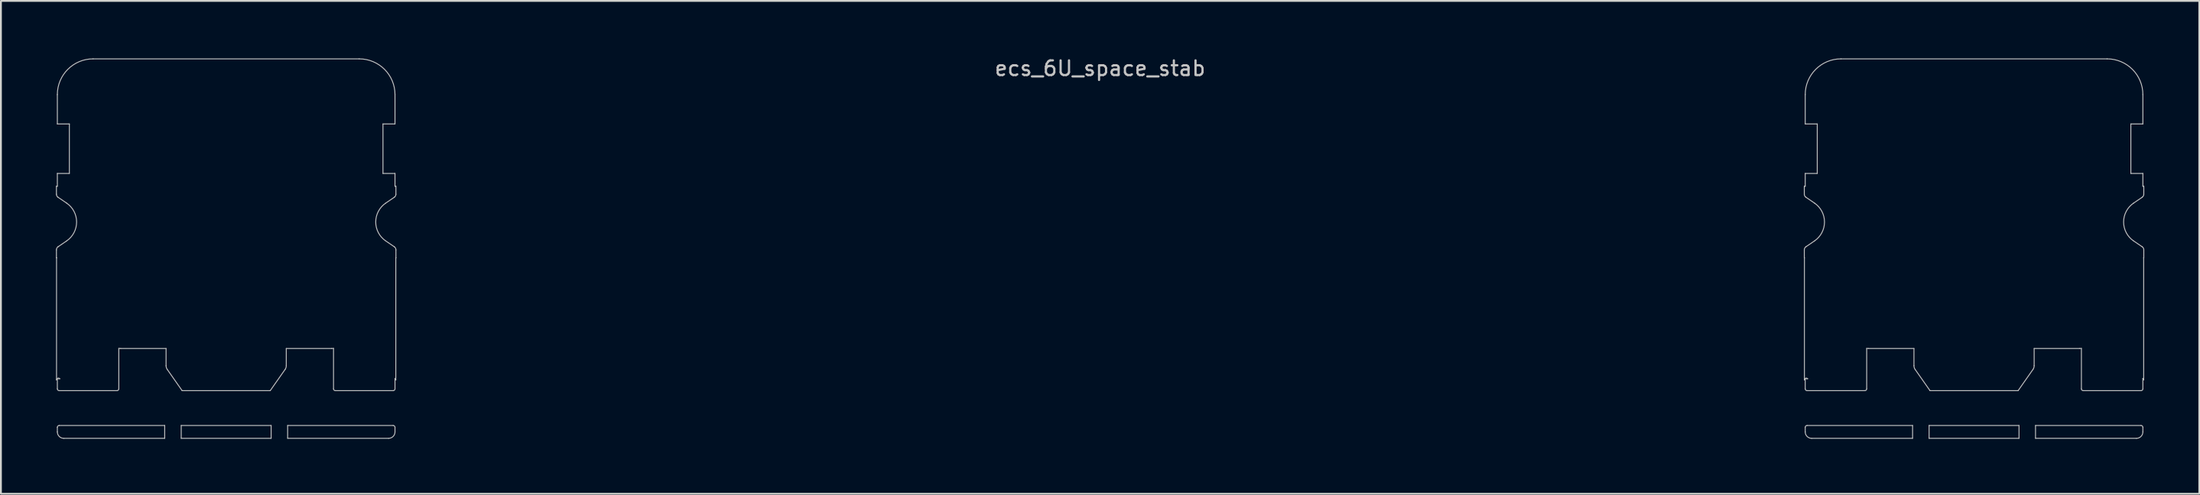
<source format=kicad_pcb>
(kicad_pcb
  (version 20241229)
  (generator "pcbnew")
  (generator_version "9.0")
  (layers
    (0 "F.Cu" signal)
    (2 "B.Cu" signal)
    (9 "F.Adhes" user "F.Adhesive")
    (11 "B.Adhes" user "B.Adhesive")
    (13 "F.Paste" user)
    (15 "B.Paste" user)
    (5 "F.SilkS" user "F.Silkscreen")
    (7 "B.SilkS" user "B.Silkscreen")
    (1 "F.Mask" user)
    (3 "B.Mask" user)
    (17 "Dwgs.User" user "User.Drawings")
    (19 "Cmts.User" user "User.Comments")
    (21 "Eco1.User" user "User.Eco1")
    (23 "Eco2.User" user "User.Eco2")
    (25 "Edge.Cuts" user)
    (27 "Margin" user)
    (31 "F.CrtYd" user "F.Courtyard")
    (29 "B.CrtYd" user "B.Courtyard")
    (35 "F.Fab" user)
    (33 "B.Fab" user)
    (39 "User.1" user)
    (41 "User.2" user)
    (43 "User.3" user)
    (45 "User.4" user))
  (footprint "ecs_6U_space_stab"
    (layer "F.Cu")
    (at 56.9 9.061)
    (property "Reference" "ecs_6U_space_stab" (at 0 -8.382 0) (layer "Dwgs.User") (effects (font (size 0.8 0.8) (thickness 0.12))))
    (attr smd)
    (fp_line (start -56.875 -1.95) (end -56.825 -1.95) (stroke (width 0.05) (type solid)) (layer "Dwgs.User"))
    (fp_line (start -56.875 -1.516) (end -56.875 -1.95) (stroke (width 0.05) (type solid)) (layer "Dwgs.User"))
    (fp_line (start -56.875 1.95) (end -56.875 1.516) (stroke (width 0.05) (type solid)) (layer "Dwgs.User"))
    (fp_line (start -56.869 1.95) (end -56.875 1.95) (stroke (width 0.05) (type solid)) (layer "Dwgs.User"))
    (fp_line (start -56.869 8.616) (end -56.869 1.95) (stroke (width 0.05) (type solid)) (layer "Dwgs.User"))
    (fp_line (start -56.825 -5.35) (end -56.825 -6.95) (stroke (width 0.05) (type solid)) (layer "Dwgs.User"))
    (fp_line (start -56.825 -2.65) (end -56.17 -2.65) (stroke (width 0.05) (type solid)) (layer "Dwgs.User"))
    (fp_line (start -56.825 -1.95) (end -56.825 -2.65) (stroke (width 0.05) (type solid)) (layer "Dwgs.User"))
    (fp_line (start -56.825 8.55) (end -56.694 8.55) (stroke (width 0.05) (type solid)) (layer "Dwgs.User"))
    (fp_line (start -56.825 9.1) (end -56.825 8.55) (stroke (width 0.05) (type solid)) (layer "Dwgs.User"))
    (fp_line (start -56.825 11.45) (end -56.825 11.2) (stroke (width 0.05) (type solid)) (layer "Dwgs.User"))
    (fp_line (start -56.788 1.351) (end -56.321 1.033) (stroke (width 0.05) (type solid)) (layer "Dwgs.User"))
    (fp_line (start -56.725 11.1) (end -50.975 11.1) (stroke (width 0.05) (type solid)) (layer "Dwgs.User"))
    (fp_line (start -56.321 -1.033) (end -56.788 -1.351) (stroke (width 0.05) (type solid)) (layer "Dwgs.User"))
    (fp_line (start -56.17 -5.35) (end -56.825 -5.35) (stroke (width 0.05) (type solid)) (layer "Dwgs.User"))
    (fp_line (start -56.17 -2.65) (end -56.17 -5.35) (stroke (width 0.05) (type solid)) (layer "Dwgs.User"))
    (fp_line (start -54.875 -8.9) (end -40.375 -8.9) (stroke (width 0.05) (type solid)) (layer "Dwgs.User"))
    (fp_line (start -53.575 9.2) (end -56.725 9.2) (stroke (width 0.05) (type solid)) (layer "Dwgs.User"))
    (fp_line (start -53.475 6.895) (end -53.475 9.1) (stroke (width 0.05) (type solid)) (layer "Dwgs.User"))
    (fp_line (start -50.975 11.1) (end -50.975 11.8) (stroke (width 0.05) (type solid)) (layer "Dwgs.User"))
    (fp_line (start -50.975 11.8) (end -56.475 11.8) (stroke (width 0.05) (type solid)) (layer "Dwgs.User"))
    (fp_line (start -50.9 6.9) (end -53.375 6.9) (stroke (width 0.05) (type solid)) (layer "Dwgs.User"))
    (fp_line (start -50.9 7.84) (end -50.9 6.9) (stroke (width 0.05) (type solid)) (layer "Dwgs.User"))
    (fp_line (start -50.075 11.1) (end -45.175 11.1) (stroke (width 0.05) (type solid)) (layer "Dwgs.User"))
    (fp_line (start -50.075 11.8) (end -50.075 11.1) (stroke (width 0.05) (type solid)) (layer "Dwgs.User"))
    (fp_line (start -50.025 9.2) (end -50.837 8.041) (stroke (width 0.05) (type solid)) (layer "Dwgs.User"))
    (fp_line (start -45.225 9.2) (end -50.025 9.2) (stroke (width 0.05) (type solid)) (layer "Dwgs.User"))
    (fp_line (start -45.175 11.1) (end -45.175 11.8) (stroke (width 0.05) (type solid)) (layer "Dwgs.User"))
    (fp_line (start -45.175 11.8) (end -50.075 11.8) (stroke (width 0.05) (type solid)) (layer "Dwgs.User"))
    (fp_line (start -44.413 8.041) (end -45.225 9.2) (stroke (width 0.05) (type solid)) (layer "Dwgs.User"))
    (fp_line (start -44.35 6.9) (end -44.35 7.84) (stroke (width 0.05) (type solid)) (layer "Dwgs.User"))
    (fp_line (start -44.275 11.1) (end -38.525 11.1) (stroke (width 0.05) (type solid)) (layer "Dwgs.User"))
    (fp_line (start -44.275 11.8) (end -44.275 11.1) (stroke (width 0.05) (type solid)) (layer "Dwgs.User"))
    (fp_line (start -41.875 6.9) (end -44.35 6.9) (stroke (width 0.05) (type solid)) (layer "Dwgs.User"))
    (fp_line (start -41.775 9.1) (end -41.775 6.895) (stroke (width 0.05) (type solid)) (layer "Dwgs.User"))
    (fp_line (start -39.08 -5.35) (end -39.08 -2.65) (stroke (width 0.05) (type solid)) (layer "Dwgs.User"))
    (fp_line (start -39.08 -2.65) (end -38.425 -2.65) (stroke (width 0.05) (type solid)) (layer "Dwgs.User"))
    (fp_line (start -38.929 1.033) (end -38.462 1.351) (stroke (width 0.05) (type solid)) (layer "Dwgs.User"))
    (fp_line (start -38.775 11.8) (end -44.275 11.8) (stroke (width 0.05) (type solid)) (layer "Dwgs.User"))
    (fp_line (start -38.525 9.2) (end -41.675 9.2) (stroke (width 0.05) (type solid)) (layer "Dwgs.User"))
    (fp_line (start -38.462 -1.351) (end -38.929 -1.033) (stroke (width 0.05) (type solid)) (layer "Dwgs.User"))
    (fp_line (start -38.425 8.534) (end -38.425 9.1) (stroke (width 0.05) (type solid)) (layer "Dwgs.User"))
    (fp_line (start -38.425 -6.95) (end -38.425 -5.35) (stroke (width 0.05) (type solid)) (layer "Dwgs.User"))
    (fp_line (start -38.425 -5.35) (end -39.08 -5.35) (stroke (width 0.05) (type solid)) (layer "Dwgs.User"))
    (fp_line (start -38.425 -2.65) (end -38.425 -1.95) (stroke (width 0.05) (type solid)) (layer "Dwgs.User"))
    (fp_line (start -38.425 -1.95) (end -38.375 -1.95) (stroke (width 0.05) (type solid)) (layer "Dwgs.User"))
    (fp_line (start -38.425 11.2) (end -38.425 11.45) (stroke (width 0.05) (type solid)) (layer "Dwgs.User"))
    (fp_line (start -38.381 1.95) (end -38.381 8.616) (stroke (width 0.05) (type solid)) (layer "Dwgs.User"))
    (fp_line (start -38.375 -1.95) (end -38.375 -1.516) (stroke (width 0.05) (type solid)) (layer "Dwgs.User"))
    (fp_line (start -38.375 1.516) (end -38.375 1.95) (stroke (width 0.05) (type solid)) (layer "Dwgs.User"))
    (fp_line (start -38.375 1.95) (end -38.381 1.95) (stroke (width 0.05) (type solid)) (layer "Dwgs.User"))
    (fp_line (start 38.375 -1.95) (end 38.425 -1.95) (stroke (width 0.05) (type solid)) (layer "Dwgs.User"))
    (fp_line (start 38.375 -1.516) (end 38.375 -1.95) (stroke (width 0.05) (type solid)) (layer "Dwgs.User"))
    (fp_line (start 38.375 1.95) (end 38.375 1.516) (stroke (width 0.05) (type solid)) (layer "Dwgs.User"))
    (fp_line (start 38.381 1.95) (end 38.375 1.95) (stroke (width 0.05) (type solid)) (layer "Dwgs.User"))
    (fp_line (start 38.381 8.616) (end 38.381 1.95) (stroke (width 0.05) (type solid)) (layer "Dwgs.User"))
    (fp_line (start 38.425 -5.35) (end 38.425 -6.95) (stroke (width 0.05) (type solid)) (layer "Dwgs.User"))
    (fp_line (start 38.425 -2.65) (end 39.08 -2.65) (stroke (width 0.05) (type solid)) (layer "Dwgs.User"))
    (fp_line (start 38.425 -1.95) (end 38.425 -2.65) (stroke (width 0.05) (type solid)) (layer "Dwgs.User"))
    (fp_line (start 38.425 8.55) (end 38.556 8.55) (stroke (width 0.05) (type solid)) (layer "Dwgs.User"))
    (fp_line (start 38.425 9.1) (end 38.425 8.55) (stroke (width 0.05) (type solid)) (layer "Dwgs.User"))
    (fp_line (start 38.425 11.45) (end 38.425 11.2) (stroke (width 0.05) (type solid)) (layer "Dwgs.User"))
    (fp_line (start 38.462 1.351) (end 38.929 1.033) (stroke (width 0.05) (type solid)) (layer "Dwgs.User"))
    (fp_line (start 38.525 11.1) (end 44.275 11.1) (stroke (width 0.05) (type solid)) (layer "Dwgs.User"))
    (fp_line (start 38.929 -1.033) (end 38.462 -1.351) (stroke (width 0.05) (type solid)) (layer "Dwgs.User"))
    (fp_line (start 39.08 -5.35) (end 38.425 -5.35) (stroke (width 0.05) (type solid)) (layer "Dwgs.User"))
    (fp_line (start 39.08 -2.65) (end 39.08 -5.35) (stroke (width 0.05) (type solid)) (layer "Dwgs.User"))
    (fp_line (start 40.375 -8.9) (end 54.875 -8.9) (stroke (width 0.05) (type solid)) (layer "Dwgs.User"))
    (fp_line (start 41.675 9.2) (end 38.525 9.2) (stroke (width 0.05) (type solid)) (layer "Dwgs.User"))
    (fp_line (start 41.775 6.895) (end 41.775 9.1) (stroke (width 0.05) (type solid)) (layer "Dwgs.User"))
    (fp_line (start 44.275 11.1) (end 44.275 11.8) (stroke (width 0.05) (type solid)) (layer "Dwgs.User"))
    (fp_line (start 44.275 11.8) (end 38.775 11.8) (stroke (width 0.05) (type solid)) (layer "Dwgs.User"))
    (fp_line (start 44.35 6.9) (end 41.875 6.9) (stroke (width 0.05) (type solid)) (layer "Dwgs.User"))
    (fp_line (start 44.35 7.84) (end 44.35 6.9) (stroke (width 0.05) (type solid)) (layer "Dwgs.User"))
    (fp_line (start 45.175 11.1) (end 50.075 11.1) (stroke (width 0.05) (type solid)) (layer "Dwgs.User"))
    (fp_line (start 45.175 11.8) (end 45.175 11.1) (stroke (width 0.05) (type solid)) (layer "Dwgs.User"))
    (fp_line (start 45.225 9.2) (end 44.413 8.041) (stroke (width 0.05) (type solid)) (layer "Dwgs.User"))
    (fp_line (start 50.025 9.2) (end 45.225 9.2) (stroke (width 0.05) (type solid)) (layer "Dwgs.User"))
    (fp_line (start 50.075 11.1) (end 50.075 11.8) (stroke (width 0.05) (type solid)) (layer "Dwgs.User"))
    (fp_line (start 50.075 11.8) (end 45.175 11.8) (stroke (width 0.05) (type solid)) (layer "Dwgs.User"))
    (fp_line (start 50.837 8.041) (end 50.025 9.2) (stroke (width 0.05) (type solid)) (layer "Dwgs.User"))
    (fp_line (start 50.9 6.9) (end 50.9 7.84) (stroke (width 0.05) (type solid)) (layer "Dwgs.User"))
    (fp_line (start 50.975 11.1) (end 56.725 11.1) (stroke (width 0.05) (type solid)) (layer "Dwgs.User"))
    (fp_line (start 50.975 11.8) (end 50.975 11.1) (stroke (width 0.05) (type solid)) (layer "Dwgs.User"))
    (fp_line (start 53.375 6.9) (end 50.9 6.9) (stroke (width 0.05) (type solid)) (layer "Dwgs.User"))
    (fp_line (start 53.475 9.1) (end 53.475 6.895) (stroke (width 0.05) (type solid)) (layer "Dwgs.User"))
    (fp_line (start 56.17 -5.35) (end 56.17 -2.65) (stroke (width 0.05) (type solid)) (layer "Dwgs.User"))
    (fp_line (start 56.17 -2.65) (end 56.825 -2.65) (stroke (width 0.05) (type solid)) (layer "Dwgs.User"))
    (fp_line (start 56.321 1.033) (end 56.788 1.351) (stroke (width 0.05) (type solid)) (layer "Dwgs.User"))
    (fp_line (start 56.475 11.8) (end 50.975 11.8) (stroke (width 0.05) (type solid)) (layer "Dwgs.User"))
    (fp_line (start 56.725 9.2) (end 53.575 9.2) (stroke (width 0.05) (type solid)) (layer "Dwgs.User"))
    (fp_line (start 56.788 -1.351) (end 56.321 -1.033) (stroke (width 0.05) (type solid)) (layer "Dwgs.User"))
    (fp_line (start 56.825 8.534) (end 56.825 9.1) (stroke (width 0.05) (type solid)) (layer "Dwgs.User"))
    (fp_line (start 56.825 -6.95) (end 56.825 -5.35) (stroke (width 0.05) (type solid)) (layer "Dwgs.User"))
    (fp_line (start 56.825 -5.35) (end 56.17 -5.35) (stroke (width 0.05) (type solid)) (layer "Dwgs.User"))
    (fp_line (start 56.825 -2.65) (end 56.825 -1.95) (stroke (width 0.05) (type solid)) (layer "Dwgs.User"))
    (fp_line (start 56.825 -1.95) (end 56.875 -1.95) (stroke (width 0.05) (type solid)) (layer "Dwgs.User"))
    (fp_line (start 56.825 11.2) (end 56.825 11.45) (stroke (width 0.05) (type solid)) (layer "Dwgs.User"))
    (fp_line (start 56.869 1.95) (end 56.869 8.616) (stroke (width 0.05) (type solid)) (layer "Dwgs.User"))
    (fp_line (start 56.875 -1.95) (end 56.875 -1.516) (stroke (width 0.05) (type solid)) (layer "Dwgs.User"))
    (fp_line (start 56.875 1.516) (end 56.875 1.95) (stroke (width 0.05) (type solid)) (layer "Dwgs.User"))
    (fp_line (start 56.875 1.95) (end 56.869 1.95) (stroke (width 0.05) (type solid)) (layer "Dwgs.User"))
    (fp_arc (start -56.875003 1.516225) (mid -56.851822 1.422766) (end -56.787652 1.350973) (stroke (width 0.05) (type solid)) (layer "Dwgs.User"))
    (fp_arc (start -56.86875 8.616395) (mid -56.80427 8.52292) (end -56.693988 8.55) (stroke (width 0.05) (type solid)) (layer "Dwgs.User"))
    (fp_arc (start -56.825 -6.95) (mid -56.253858 -8.328858) (end -54.875 -8.9) (stroke (width 0.05) (type solid)) (layer "Dwgs.User"))
    (fp_arc (start -56.825 11.199994) (mid -56.795712 11.129286) (end -56.725003 11.1) (stroke (width 0.05) (type solid)) (layer "Dwgs.User"))
    (fp_arc (start -56.787652 -1.350973) (mid -56.851822 -1.422766) (end -56.875003 -1.516225) (stroke (width 0.05) (type solid)) (layer "Dwgs.User"))
    (fp_arc (start -56.725003 9.2) (mid -56.795712 9.170714) (end -56.825 9.100006) (stroke (width 0.05) (type solid)) (layer "Dwgs.User"))
    (fp_arc (start -56.475023 11.8) (mid -56.722497 11.697497) (end -56.825 11.450023) (stroke (width 0.05) (type solid)) (layer "Dwgs.User"))
    (fp_arc (start -56.320979 -1.032887) (mid -55.775 0) (end -56.320979 1.032887) (stroke (width 0.05) (type solid)) (layer "Dwgs.User"))
    (fp_arc (start -53.475 9.099996) (mid -53.504288 9.170709) (end -53.575 9.2) (stroke (width 0.05) (type solid)) (layer "Dwgs.User"))
    (fp_arc (start -53.375 6.9) (mid -53.425063 6.898746) (end -53.475 6.894987) (stroke (width 0.05) (type solid)) (layer "Dwgs.User"))
    (fp_arc (start -50.836703 8.040768) (mid -50.883801 7.945263) (end -50.9 7.840016) (stroke (width 0.05) (type solid)) (layer "Dwgs.User"))
    (fp_arc (start -44.35 7.840016) (mid -44.366199 7.945263) (end -44.413297 8.040768) (stroke (width 0.05) (type solid)) (layer "Dwgs.User"))
    (fp_arc (start -41.775 6.894987) (mid -41.824937 6.898746) (end -41.875 6.9) (stroke (width 0.05) (type solid)) (layer "Dwgs.User"))
    (fp_arc (start -41.675 9.2) (mid -41.745712 9.170709) (end -41.775 9.099996) (stroke (width 0.05) (type solid)) (layer "Dwgs.User"))
    (fp_arc (start -40.375 -8.9) (mid -38.996142 -8.328858) (end -38.425 -6.95) (stroke (width 0.05) (type solid)) (layer "Dwgs.User"))
    (fp_arc (start -38.929021 1.032887) (mid -39.475 0) (end -38.929021 -1.032887) (stroke (width 0.05) (type solid)) (layer "Dwgs.User"))
    (fp_arc (start -38.524997 11.1) (mid -38.454288 11.129286) (end -38.425 11.199994) (stroke (width 0.05) (type solid)) (layer "Dwgs.User"))
    (fp_arc (start -38.462348 1.350973) (mid -38.398178 1.422766) (end -38.374997 1.516225) (stroke (width 0.05) (type solid)) (layer "Dwgs.User"))
    (fp_arc (start -38.425001 8.533718) (mid -38.392862 8.569625) (end -38.38125 8.616395) (stroke (width 0.05) (type solid)) (layer "Dwgs.User"))
    (fp_arc (start -38.425 9.100006) (mid -38.454288 9.170714) (end -38.524997 9.2) (stroke (width 0.05) (type solid)) (layer "Dwgs.User"))
    (fp_arc (start -38.425 11.450023) (mid -38.527503 11.697497) (end -38.774977 11.8) (stroke (width 0.05) (type solid)) (layer "Dwgs.User"))
    (fp_arc (start -38.374997 -1.516225) (mid -38.398178 -1.422766) (end -38.462348 -1.350973) (stroke (width 0.05) (type solid)) (layer "Dwgs.User"))
    (fp_arc (start 38.374997 1.516225) (mid 38.398168 1.422757) (end 38.462348 1.350973) (stroke (width 0.05) (type solid)) (layer "Dwgs.User"))
    (fp_arc (start 38.38125 8.616395) (mid 38.445717 8.52296) (end 38.556012 8.55) (stroke (width 0.05) (type solid)) (layer "Dwgs.User"))
    (fp_arc (start 38.425 -6.95) (mid 38.996142 -8.328858) (end 40.375 -8.9) (stroke (width 0.05) (type solid)) (layer "Dwgs.User"))
    (fp_arc (start 38.425 11.199994) (mid 38.45429 11.129288) (end 38.524997 11.1) (stroke (width 0.05) (type solid)) (layer "Dwgs.User"))
    (fp_arc (start 38.462348 -1.350973) (mid 38.398192 -1.422769) (end 38.374997 -1.516225) (stroke (width 0.05) (type solid)) (layer "Dwgs.User"))
    (fp_arc (start 38.524997 9.2) (mid 38.45429 9.170712) (end 38.425 9.100006) (stroke (width 0.05) (type solid)) (layer "Dwgs.User"))
    (fp_arc (start 38.774977 11.8) (mid 38.527513 11.697487) (end 38.425 11.450023) (stroke (width 0.05) (type solid)) (layer "Dwgs.User"))
    (fp_arc (start 38.929021 -1.032887) (mid 39.475 0) (end 38.929021 1.032887) (stroke (width 0.05) (type solid)) (layer "Dwgs.User"))
    (fp_arc (start 41.775 9.099996) (mid 41.745712 9.170709) (end 41.675 9.2) (stroke (width 0.05) (type solid)) (layer "Dwgs.User"))
    (fp_arc (start 41.875 6.9) (mid 41.824937 6.898746) (end 41.775 6.894987) (stroke (width 0.05) (type solid)) (layer "Dwgs.User"))
    (fp_arc (start 44.413297 8.040768) (mid 44.366195 7.945264) (end 44.35 7.840016) (stroke (width 0.05) (type solid)) (layer "Dwgs.User"))
    (fp_arc (start 50.9 7.840016) (mid 50.883797 7.945261) (end 50.836703 8.040768) (stroke (width 0.05) (type solid)) (layer "Dwgs.User"))
    (fp_arc (start 53.475 6.894987) (mid 53.425063 6.898746) (end 53.375 6.9) (stroke (width 0.05) (type solid)) (layer "Dwgs.User"))
    (fp_arc (start 53.575 9.2) (mid 53.504288 9.170709) (end 53.475 9.099996) (stroke (width 0.05) (type solid)) (layer "Dwgs.User"))
    (fp_arc (start 54.875 -8.9) (mid 56.253858 -8.328858) (end 56.825 -6.95) (stroke (width 0.05) (type solid)) (layer "Dwgs.User"))
    (fp_arc (start 56.320979 1.032887) (mid 55.775 0) (end 56.320979 -1.032887) (stroke (width 0.05) (type solid)) (layer "Dwgs.User"))
    (fp_arc (start 56.725003 11.1) (mid 56.79571 11.129288) (end 56.825 11.199994) (stroke (width 0.05) (type solid)) (layer "Dwgs.User"))
    (fp_arc (start 56.787652 1.350973) (mid 56.851808 1.422769) (end 56.875003 1.516225) (stroke (width 0.05) (type solid)) (layer "Dwgs.User"))
    (fp_arc (start 56.824999 8.533718) (mid 56.857153 8.56962) (end 56.86875 8.616395) (stroke (width 0.05) (type solid)) (layer "Dwgs.User"))
    (fp_arc (start 56.825 9.100006) (mid 56.79571 9.170712) (end 56.725003 9.2) (stroke (width 0.05) (type solid)) (layer "Dwgs.User"))
    (fp_arc (start 56.825 11.450023) (mid 56.722487 11.697487) (end 56.475023 11.8) (stroke (width 0.05) (type solid)) (layer "Dwgs.User"))
    (fp_arc (start 56.875003 -1.516225) (mid 56.851832 -1.422757) (end 56.787652 -1.350973) (stroke (width 0.05) (type solid)) (layer "Dwgs.User")))
  (gr_rect
    (start -3 -3)
    (end 116.8 23.886)
    (stroke (width 0.1) (type default))
    (fill no)
    (layer "Edge.Cuts")))
</source>
